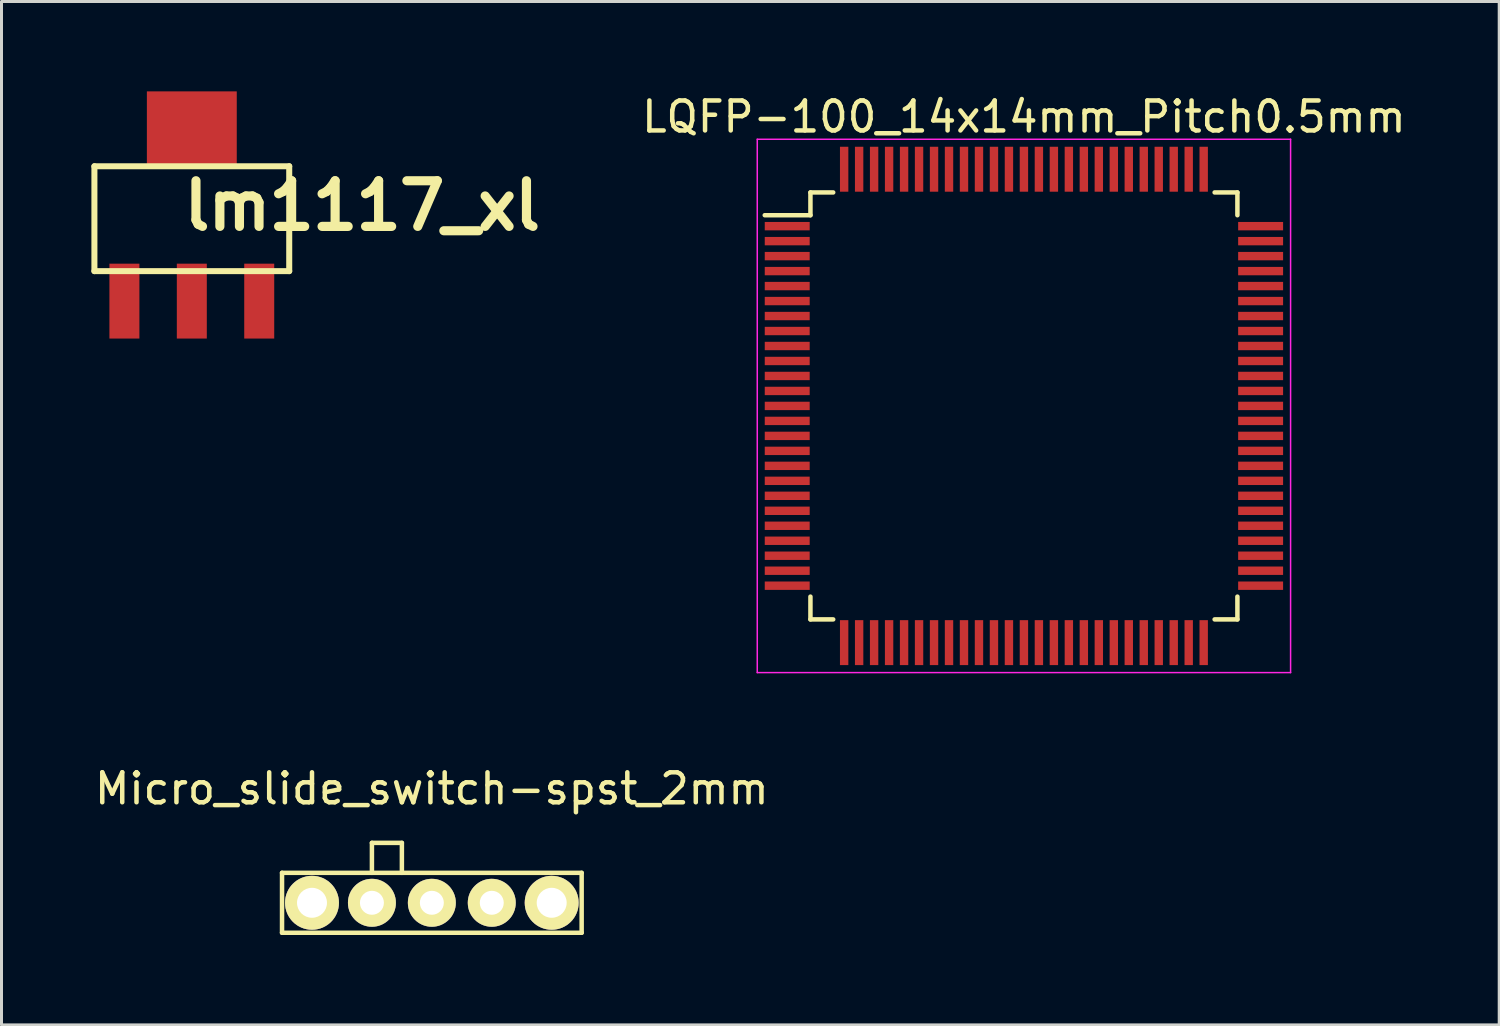
<source format=kicad_pcb>
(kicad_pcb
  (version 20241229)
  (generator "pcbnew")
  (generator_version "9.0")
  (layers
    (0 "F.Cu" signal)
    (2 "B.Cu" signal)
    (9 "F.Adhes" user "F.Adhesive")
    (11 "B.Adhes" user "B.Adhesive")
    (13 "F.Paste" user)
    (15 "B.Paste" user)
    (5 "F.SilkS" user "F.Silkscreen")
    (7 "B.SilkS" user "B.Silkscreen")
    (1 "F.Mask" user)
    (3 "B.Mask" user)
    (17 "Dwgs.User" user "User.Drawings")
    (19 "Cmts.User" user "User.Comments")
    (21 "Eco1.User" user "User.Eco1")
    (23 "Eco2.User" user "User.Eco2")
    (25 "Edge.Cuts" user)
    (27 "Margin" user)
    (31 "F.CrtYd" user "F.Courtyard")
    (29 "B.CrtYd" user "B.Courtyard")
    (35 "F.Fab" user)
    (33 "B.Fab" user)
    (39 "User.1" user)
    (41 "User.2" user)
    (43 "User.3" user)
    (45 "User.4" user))
  (footprint "LQFP-100_14x14mm_Pitch0.5mm"
    (layer "F.Cu")
    (at 31.124 10.498)
    (property "Reference" "LQFP-100_14x14mm_Pitch0.5mm" (at 0 -9.65 0) (layer "F.SilkS") (effects (font (size 1 1) (thickness 0.15))))
    (attr smd)
    (fp_line (start -7.125 -7.125) (end -7.125 -6.365) (stroke (width 0.15) (type solid)) (layer "F.SilkS"))
    (fp_line (start -7.125 -7.125) (end -6.365 -7.125) (stroke (width 0.15) (type solid)) (layer "F.SilkS"))
    (fp_line (start -7.125 -6.365) (end -8.65 -6.365) (stroke (width 0.15) (type solid)) (layer "F.SilkS"))
    (fp_line (start -7.125 7.125) (end -7.125 6.365) (stroke (width 0.15) (type solid)) (layer "F.SilkS"))
    (fp_line (start -7.125 7.125) (end -6.365 7.125) (stroke (width 0.15) (type solid)) (layer "F.SilkS"))
    (fp_line (start 7.125 -7.125) (end 6.365 -7.125) (stroke (width 0.15) (type solid)) (layer "F.SilkS"))
    (fp_line (start 7.125 -7.125) (end 7.125 -6.365) (stroke (width 0.15) (type solid)) (layer "F.SilkS"))
    (fp_line (start 7.125 7.125) (end 6.365 7.125) (stroke (width 0.15) (type solid)) (layer "F.SilkS"))
    (fp_line (start 7.125 7.125) (end 7.125 6.365) (stroke (width 0.15) (type solid)) (layer "F.SilkS"))
    (fp_line (start -8.9 -8.9) (end -8.9 8.9) (stroke (width 0.05) (type solid)) (layer "F.CrtYd"))
    (fp_line (start -8.9 -8.9) (end 8.9 -8.9) (stroke (width 0.05) (type solid)) (layer "F.CrtYd"))
    (fp_line (start -8.9 8.9) (end 8.9 8.9) (stroke (width 0.05) (type solid)) (layer "F.CrtYd"))
    (fp_line (start 8.9 -8.9) (end 8.9 8.9) (stroke (width 0.05) (type solid)) (layer "F.CrtYd"))
    (pad "1" smd rect (at -7.9 -6) (size 1.5 0.28) (layers "F.Cu" "F.Mask" "F.Paste"))
    (pad "2" smd rect (at -7.9 -5.5) (size 1.5 0.28) (layers "F.Cu" "F.Mask" "F.Paste"))
    (pad "3" smd rect (at -7.9 -5) (size 1.5 0.28) (layers "F.Cu" "F.Mask" "F.Paste"))
    (pad "4" smd rect (at -7.9 -4.5) (size 1.5 0.28) (layers "F.Cu" "F.Mask" "F.Paste"))
    (pad "5" smd rect (at -7.9 -4) (size 1.5 0.28) (layers "F.Cu" "F.Mask" "F.Paste"))
    (pad "6" smd rect (at -7.9 -3.5) (size 1.5 0.28) (layers "F.Cu" "F.Mask" "F.Paste"))
    (pad "7" smd rect (at -7.9 -3) (size 1.5 0.28) (layers "F.Cu" "F.Mask" "F.Paste"))
    (pad "8" smd rect (at -7.9 -2.5) (size 1.5 0.28) (layers "F.Cu" "F.Mask" "F.Paste"))
    (pad "9" smd rect (at -7.9 -2) (size 1.5 0.28) (layers "F.Cu" "F.Mask" "F.Paste"))
    (pad "10" smd rect (at -7.9 -1.5) (size 1.5 0.28) (layers "F.Cu" "F.Mask" "F.Paste"))
    (pad "11" smd rect (at -7.9 -1) (size 1.5 0.28) (layers "F.Cu" "F.Mask" "F.Paste"))
    (pad "12" smd rect (at -7.9 -0.5) (size 1.5 0.28) (layers "F.Cu" "F.Mask" "F.Paste"))
    (pad "13" smd rect (at -7.9 0) (size 1.5 0.28) (layers "F.Cu" "F.Mask" "F.Paste"))
    (pad "14" smd rect (at -7.9 0.5) (size 1.5 0.28) (layers "F.Cu" "F.Mask" "F.Paste"))
    (pad "15" smd rect (at -7.9 1) (size 1.5 0.28) (layers "F.Cu" "F.Mask" "F.Paste"))
    (pad "16" smd rect (at -7.9 1.5) (size 1.5 0.28) (layers "F.Cu" "F.Mask" "F.Paste"))
    (pad "17" smd rect (at -7.9 2) (size 1.5 0.28) (layers "F.Cu" "F.Mask" "F.Paste"))
    (pad "18" smd rect (at -7.9 2.5) (size 1.5 0.28) (layers "F.Cu" "F.Mask" "F.Paste"))
    (pad "19" smd rect (at -7.9 3) (size 1.5 0.28) (layers "F.Cu" "F.Mask" "F.Paste"))
    (pad "20" smd rect (at -7.9 3.5) (size 1.5 0.28) (layers "F.Cu" "F.Mask" "F.Paste"))
    (pad "21" smd rect (at -7.9 4) (size 1.5 0.28) (layers "F.Cu" "F.Mask" "F.Paste"))
    (pad "22" smd rect (at -7.9 4.5) (size 1.5 0.28) (layers "F.Cu" "F.Mask" "F.Paste"))
    (pad "23" smd rect (at -7.9 5) (size 1.5 0.28) (layers "F.Cu" "F.Mask" "F.Paste"))
    (pad "24" smd rect (at -7.9 5.5) (size 1.5 0.28) (layers "F.Cu" "F.Mask" "F.Paste"))
    (pad "25" smd rect (at -7.9 6) (size 1.5 0.28) (layers "F.Cu" "F.Mask" "F.Paste"))
    (pad "26" smd rect (at -6 7.9 90) (size 1.5 0.28) (layers "F.Cu" "F.Mask" "F.Paste"))
    (pad "27" smd rect (at -5.5 7.9 90) (size 1.5 0.28) (layers "F.Cu" "F.Mask" "F.Paste"))
    (pad "28" smd rect (at -5 7.9 90) (size 1.5 0.28) (layers "F.Cu" "F.Mask" "F.Paste"))
    (pad "29" smd rect (at -4.5 7.9 90) (size 1.5 0.28) (layers "F.Cu" "F.Mask" "F.Paste"))
    (pad "30" smd rect (at -4 7.9 90) (size 1.5 0.28) (layers "F.Cu" "F.Mask" "F.Paste"))
    (pad "31" smd rect (at -3.5 7.9 90) (size 1.5 0.28) (layers "F.Cu" "F.Mask" "F.Paste"))
    (pad "32" smd rect (at -3 7.9 90) (size 1.5 0.28) (layers "F.Cu" "F.Mask" "F.Paste"))
    (pad "33" smd rect (at -2.5 7.9 90) (size 1.5 0.28) (layers "F.Cu" "F.Mask" "F.Paste"))
    (pad "34" smd rect (at -2 7.9 90) (size 1.5 0.28) (layers "F.Cu" "F.Mask" "F.Paste"))
    (pad "35" smd rect (at -1.5 7.9 90) (size 1.5 0.28) (layers "F.Cu" "F.Mask" "F.Paste"))
    (pad "36" smd rect (at -1 7.9 90) (size 1.5 0.28) (layers "F.Cu" "F.Mask" "F.Paste"))
    (pad "37" smd rect (at -0.5 7.9 90) (size 1.5 0.28) (layers "F.Cu" "F.Mask" "F.Paste"))
    (pad "38" smd rect (at 0 7.9 90) (size 1.5 0.28) (layers "F.Cu" "F.Mask" "F.Paste"))
    (pad "39" smd rect (at 0.5 7.9 90) (size 1.5 0.28) (layers "F.Cu" "F.Mask" "F.Paste"))
    (pad "40" smd rect (at 1 7.9 90) (size 1.5 0.28) (layers "F.Cu" "F.Mask" "F.Paste"))
    (pad "41" smd rect (at 1.5 7.9 90) (size 1.5 0.28) (layers "F.Cu" "F.Mask" "F.Paste"))
    (pad "42" smd rect (at 2 7.9 90) (size 1.5 0.28) (layers "F.Cu" "F.Mask" "F.Paste"))
    (pad "43" smd rect (at 2.5 7.9 90) (size 1.5 0.28) (layers "F.Cu" "F.Mask" "F.Paste"))
    (pad "44" smd rect (at 3 7.9 90) (size 1.5 0.28) (layers "F.Cu" "F.Mask" "F.Paste"))
    (pad "45" smd rect (at 3.5 7.9 90) (size 1.5 0.28) (layers "F.Cu" "F.Mask" "F.Paste"))
    (pad "46" smd rect (at 4 7.9 90) (size 1.5 0.28) (layers "F.Cu" "F.Mask" "F.Paste"))
    (pad "47" smd rect (at 4.5 7.9 90) (size 1.5 0.28) (layers "F.Cu" "F.Mask" "F.Paste"))
    (pad "48" smd rect (at 5 7.9 90) (size 1.5 0.28) (layers "F.Cu" "F.Mask" "F.Paste"))
    (pad "49" smd rect (at 5.5 7.9 90) (size 1.5 0.28) (layers "F.Cu" "F.Mask" "F.Paste"))
    (pad "50" smd rect (at 6 7.9 90) (size 1.5 0.28) (layers "F.Cu" "F.Mask" "F.Paste"))
    (pad "51" smd rect (at 7.9 6) (size 1.5 0.28) (layers "F.Cu" "F.Mask" "F.Paste"))
    (pad "52" smd rect (at 7.9 5.5) (size 1.5 0.28) (layers "F.Cu" "F.Mask" "F.Paste"))
    (pad "53" smd rect (at 7.9 5) (size 1.5 0.28) (layers "F.Cu" "F.Mask" "F.Paste"))
    (pad "54" smd rect (at 7.9 4.5) (size 1.5 0.28) (layers "F.Cu" "F.Mask" "F.Paste"))
    (pad "55" smd rect (at 7.9 4) (size 1.5 0.28) (layers "F.Cu" "F.Mask" "F.Paste"))
    (pad "56" smd rect (at 7.9 3.5) (size 1.5 0.28) (layers "F.Cu" "F.Mask" "F.Paste"))
    (pad "57" smd rect (at 7.9 3) (size 1.5 0.28) (layers "F.Cu" "F.Mask" "F.Paste"))
    (pad "58" smd rect (at 7.9 2.5) (size 1.5 0.28) (layers "F.Cu" "F.Mask" "F.Paste"))
    (pad "59" smd rect (at 7.9 2) (size 1.5 0.28) (layers "F.Cu" "F.Mask" "F.Paste"))
    (pad "60" smd rect (at 7.9 1.5) (size 1.5 0.28) (layers "F.Cu" "F.Mask" "F.Paste"))
    (pad "61" smd rect (at 7.9 1) (size 1.5 0.28) (layers "F.Cu" "F.Mask" "F.Paste"))
    (pad "62" smd rect (at 7.9 0.5) (size 1.5 0.28) (layers "F.Cu" "F.Mask" "F.Paste"))
    (pad "63" smd rect (at 7.9 0) (size 1.5 0.28) (layers "F.Cu" "F.Mask" "F.Paste"))
    (pad "64" smd rect (at 7.9 -0.5) (size 1.5 0.28) (layers "F.Cu" "F.Mask" "F.Paste"))
    (pad "65" smd rect (at 7.9 -1) (size 1.5 0.28) (layers "F.Cu" "F.Mask" "F.Paste"))
    (pad "66" smd rect (at 7.9 -1.5) (size 1.5 0.28) (layers "F.Cu" "F.Mask" "F.Paste"))
    (pad "67" smd rect (at 7.9 -2) (size 1.5 0.28) (layers "F.Cu" "F.Mask" "F.Paste"))
    (pad "68" smd rect (at 7.9 -2.5) (size 1.5 0.28) (layers "F.Cu" "F.Mask" "F.Paste"))
    (pad "69" smd rect (at 7.9 -3) (size 1.5 0.28) (layers "F.Cu" "F.Mask" "F.Paste"))
    (pad "70" smd rect (at 7.9 -3.5) (size 1.5 0.28) (layers "F.Cu" "F.Mask" "F.Paste"))
    (pad "71" smd rect (at 7.9 -4) (size 1.5 0.28) (layers "F.Cu" "F.Mask" "F.Paste"))
    (pad "72" smd rect (at 7.9 -4.5) (size 1.5 0.28) (layers "F.Cu" "F.Mask" "F.Paste"))
    (pad "73" smd rect (at 7.9 -5) (size 1.5 0.28) (layers "F.Cu" "F.Mask" "F.Paste"))
    (pad "74" smd rect (at 7.9 -5.5) (size 1.5 0.28) (layers "F.Cu" "F.Mask" "F.Paste"))
    (pad "75" smd rect (at 7.9 -6) (size 1.5 0.28) (layers "F.Cu" "F.Mask" "F.Paste"))
    (pad "76" smd rect (at 6 -7.9 90) (size 1.5 0.28) (layers "F.Cu" "F.Mask" "F.Paste"))
    (pad "77" smd rect (at 5.5 -7.9 90) (size 1.5 0.28) (layers "F.Cu" "F.Mask" "F.Paste"))
    (pad "78" smd rect (at 5 -7.9 90) (size 1.5 0.28) (layers "F.Cu" "F.Mask" "F.Paste"))
    (pad "79" smd rect (at 4.5 -7.9 90) (size 1.5 0.28) (layers "F.Cu" "F.Mask" "F.Paste"))
    (pad "80" smd rect (at 4 -7.9 90) (size 1.5 0.28) (layers "F.Cu" "F.Mask" "F.Paste"))
    (pad "81" smd rect (at 3.5 -7.9 90) (size 1.5 0.28) (layers "F.Cu" "F.Mask" "F.Paste"))
    (pad "82" smd rect (at 3 -7.9 90) (size 1.5 0.28) (layers "F.Cu" "F.Mask" "F.Paste"))
    (pad "83" smd rect (at 2.5 -7.9 90) (size 1.5 0.28) (layers "F.Cu" "F.Mask" "F.Paste"))
    (pad "84" smd rect (at 2 -7.9 90) (size 1.5 0.28) (layers "F.Cu" "F.Mask" "F.Paste"))
    (pad "85" smd rect (at 1.5 -7.9 90) (size 1.5 0.28) (layers "F.Cu" "F.Mask" "F.Paste"))
    (pad "86" smd rect (at 1 -7.9 90) (size 1.5 0.28) (layers "F.Cu" "F.Mask" "F.Paste"))
    (pad "87" smd rect (at 0.5 -7.9 90) (size 1.5 0.28) (layers "F.Cu" "F.Mask" "F.Paste"))
    (pad "88" smd rect (at 0 -7.9 90) (size 1.5 0.28) (layers "F.Cu" "F.Mask" "F.Paste"))
    (pad "89" smd rect (at -0.5 -7.9 90) (size 1.5 0.28) (layers "F.Cu" "F.Mask" "F.Paste"))
    (pad "90" smd rect (at -1 -7.9 90) (size 1.5 0.28) (layers "F.Cu" "F.Mask" "F.Paste"))
    (pad "91" smd rect (at -1.5 -7.9 90) (size 1.5 0.28) (layers "F.Cu" "F.Mask" "F.Paste"))
    (pad "92" smd rect (at -2 -7.9 90) (size 1.5 0.28) (layers "F.Cu" "F.Mask" "F.Paste"))
    (pad "93" smd rect (at -2.5 -7.9 90) (size 1.5 0.28) (layers "F.Cu" "F.Mask" "F.Paste"))
    (pad "94" smd rect (at -3 -7.9 90) (size 1.5 0.28) (layers "F.Cu" "F.Mask" "F.Paste"))
    (pad "95" smd rect (at -3.5 -7.9 90) (size 1.5 0.28) (layers "F.Cu" "F.Mask" "F.Paste"))
    (pad "96" smd rect (at -4 -7.9 90) (size 1.5 0.28) (layers "F.Cu" "F.Mask" "F.Paste"))
    (pad "97" smd rect (at -4.5 -7.9 90) (size 1.5 0.28) (layers "F.Cu" "F.Mask" "F.Paste"))
    (pad "98" smd rect (at -5 -7.9 90) (size 1.5 0.28) (layers "F.Cu" "F.Mask" "F.Paste"))
    (pad "99" smd rect (at -5.5 -7.9 90) (size 1.5 0.28) (layers "F.Cu" "F.Mask" "F.Paste"))
    (pad "100" smd rect (at -6 -7.9 90) (size 1.5 0.28) (layers "F.Cu" "F.Mask" "F.Paste")))
  (footprint "Micro_slide_switch-spst_2mm"
    (layer "F.Cu")
    (at 11.363 27.081)
    (property "Reference" "Micro_slide_switch-spst_2mm" (at 0 -3.81 0) (layer "F.SilkS") (effects (font (size 1 1) (thickness 0.15))))
    (attr through_hole)
    (fp_line (start -5 -1) (end -5 1) (stroke (width 0.15) (type solid)) (layer "F.SilkS"))
    (fp_line (start -5 1) (end 5 1) (stroke (width 0.15) (type solid)) (layer "F.SilkS"))
    (fp_line (start -2 -2) (end -1 -2) (stroke (width 0.15) (type solid)) (layer "F.SilkS"))
    (fp_line (start -2 -1) (end -2 -2) (stroke (width 0.15) (type solid)) (layer "F.SilkS"))
    (fp_line (start -1 -2) (end -1 -1) (stroke (width 0.15) (type solid)) (layer "F.SilkS"))
    (fp_line (start 5 -1) (end -5 -1) (stroke (width 0.15) (type solid)) (layer "F.SilkS"))
    (fp_line (start 5 1) (end 5 -1) (stroke (width 0.15) (type solid)) (layer "F.SilkS"))
    (pad "1" thru_hole circle (at -2 0) (size 1.6 1.6) (drill 0.8) (layers "*.Cu" "*.Mask" "F.SilkS"))
    (pad "2" thru_hole circle (at 0 0) (size 1.6 1.6) (drill 0.8) (layers "*.Cu" "*.Mask" "F.SilkS"))
    (pad "3" thru_hole circle (at 2 0) (size 1.6 1.6) (drill 0.8) (layers "*.Cu" "*.Mask" "F.SilkS"))
    (pad "4" thru_hole circle (at 4 0) (size 1.8 1.8) (drill 1) (layers "*.Cu" "*.Mask" "F.SilkS"))
    (pad "5" thru_hole circle (at -4 0) (size 1.8 1.8) (drill 1) (layers "*.Cu" "*.Mask" "F.SilkS")))
  (footprint "lm1117_xl"
    (layer "F.Cu")
    (at 3.352 4.249)
    (property "Reference" "lm1117_xl" (at 5.69 -0.432 0) (layer "F.SilkS") (effects (font (size 1.524 1.524) (thickness 0.305))))
    (attr through_hole)
    (fp_line (start -3.251 -1.75) (end 3.251 -1.75) (stroke (width 0.201) (type solid)) (layer "F.SilkS"))
    (fp_line (start -3.251 1.75) (end -3.251 -1.75) (stroke (width 0.201) (type solid)) (layer "F.SilkS"))
    (fp_line (start 3.251 -1.75) (end 3.251 1.75) (stroke (width 0.201) (type solid)) (layer "F.SilkS"))
    (fp_line (start 3.251 1.75) (end -3.251 1.75) (stroke (width 0.201) (type solid)) (layer "F.SilkS"))
    (pad "" smd rect (at 0 -3) (size 3 2.499) (layers "F.Cu" "F.Mask" "F.Paste"))
    (pad "1" smd rect (at -2.25 2.751) (size 1.001 2.499) (layers "F.Cu" "F.Mask" "F.Paste"))
    (pad "2" smd rect (at 0 2.751) (size 1.001 2.499) (layers "F.Cu" "F.Mask" "F.Paste"))
    (pad "3" smd rect (at 2.25 2.751) (size 1.001 2.499) (layers "F.Cu" "F.Mask" "F.Paste")))
  (gr_rect
    (start -3 -3)
    (end 46.987 31.157)
    (stroke (width 0.1) (type default))
    (fill no)
    (layer "Edge.Cuts")))
</source>
